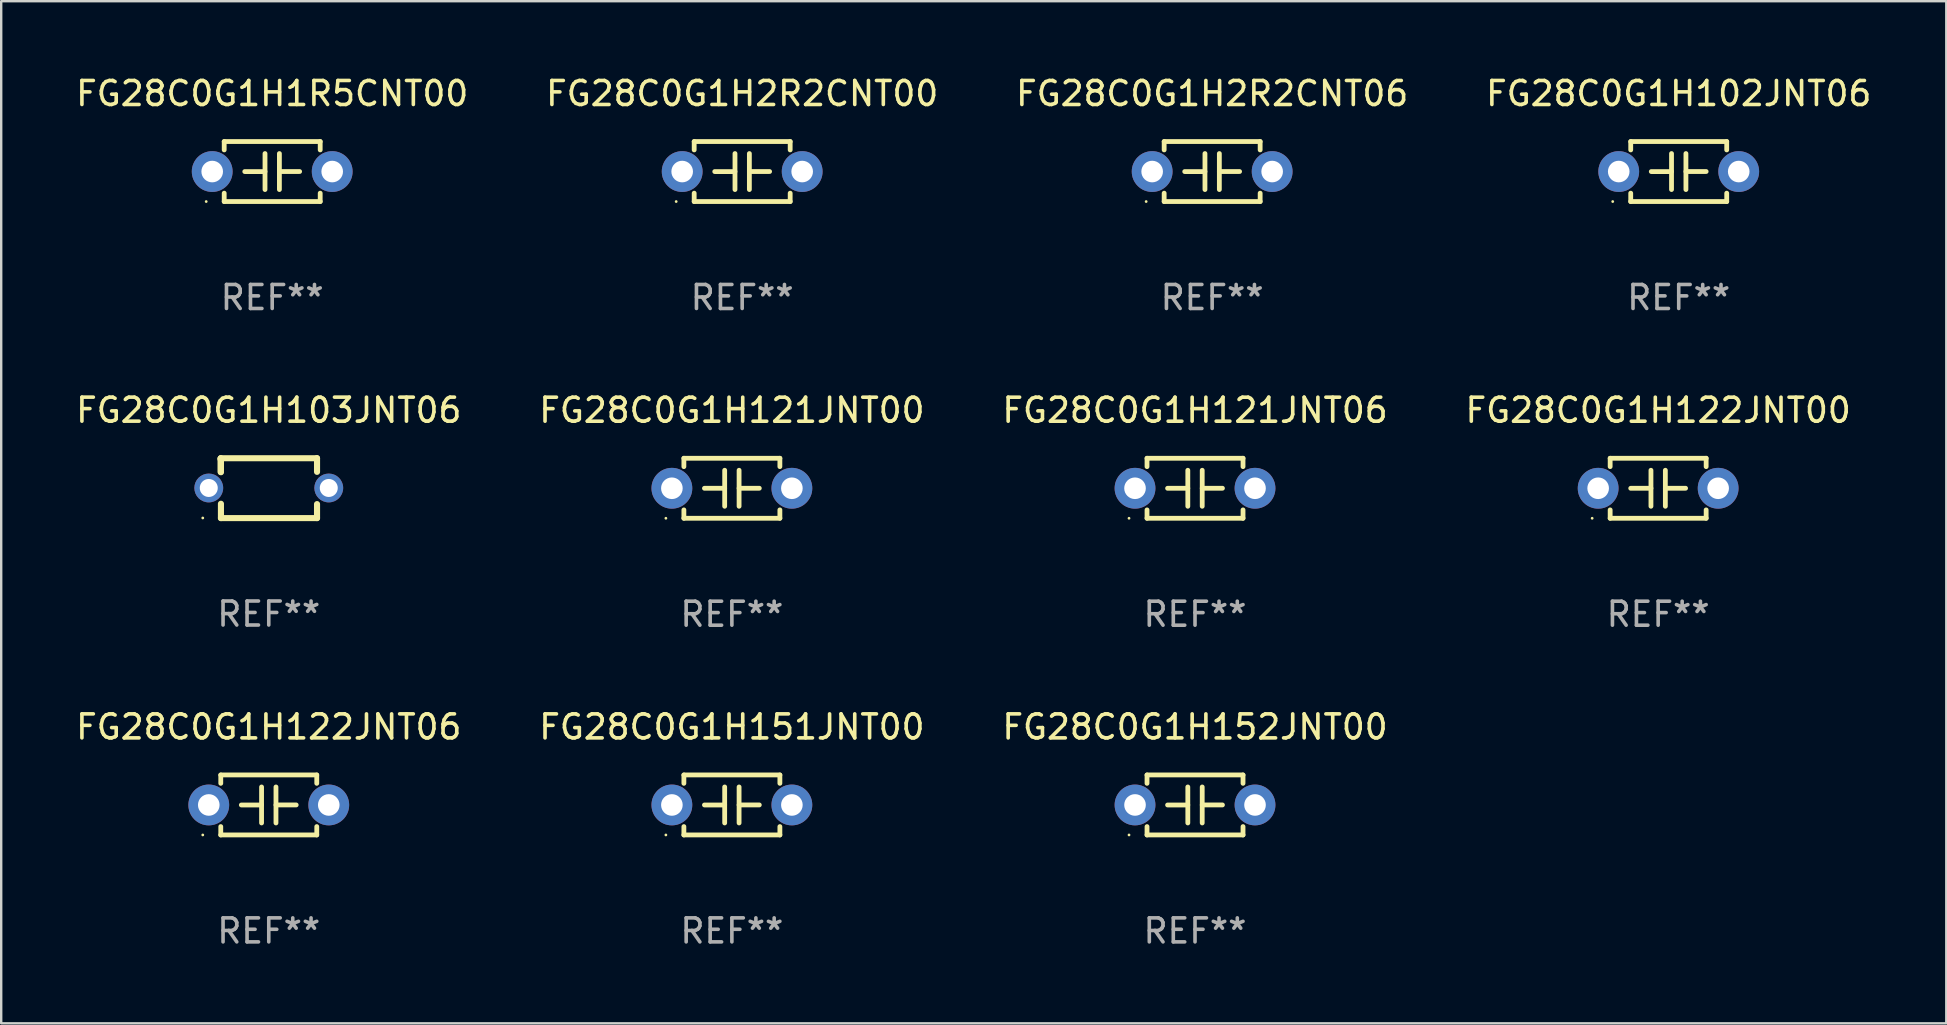
<source format=kicad_pcb>
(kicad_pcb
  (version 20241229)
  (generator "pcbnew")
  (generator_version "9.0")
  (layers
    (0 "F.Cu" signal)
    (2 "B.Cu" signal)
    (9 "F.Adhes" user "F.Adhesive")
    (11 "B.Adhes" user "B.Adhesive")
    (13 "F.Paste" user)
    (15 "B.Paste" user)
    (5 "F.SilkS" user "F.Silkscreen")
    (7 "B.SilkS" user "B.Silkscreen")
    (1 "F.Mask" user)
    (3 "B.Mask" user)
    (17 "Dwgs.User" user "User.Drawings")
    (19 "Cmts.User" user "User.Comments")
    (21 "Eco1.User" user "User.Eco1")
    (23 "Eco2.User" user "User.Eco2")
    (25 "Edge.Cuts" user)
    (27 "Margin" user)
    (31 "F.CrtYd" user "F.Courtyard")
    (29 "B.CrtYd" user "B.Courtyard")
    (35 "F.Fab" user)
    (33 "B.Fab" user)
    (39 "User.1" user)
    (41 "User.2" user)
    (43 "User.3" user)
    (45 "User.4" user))
  (footprint "FG28C0G1H1R5CNT00"
    (layer "F.Cu")
    (at 8.292 4.098)
    (property "Reference" "FG28C0G1H1R5CNT00" (at 0 -3.25 0) (layer "F.SilkS") (effects (font (size 1 1) (thickness 0.15))))
    (attr through_hole)
    (fp_line (start -2 -1.25) (end -2 -0.901) (stroke (width 0.2) (type solid)) (layer "F.SilkS"))
    (fp_line (start -2 -1.25) (end 2 -1.25) (stroke (width 0.2) (type solid)) (layer "F.SilkS"))
    (fp_line (start -2 0.901) (end -2 1.25) (stroke (width 0.2) (type solid)) (layer "F.SilkS"))
    (fp_line (start -0.3 -0.75) (end -0.3 0.75) (stroke (width 0.2) (type solid)) (layer "F.SilkS"))
    (fp_line (start -0.3 0.001) (end -1.143 0.001) (stroke (width 0.2) (type solid)) (layer "F.SilkS"))
    (fp_line (start 0.3 -0.001) (end 1.143 -0.001) (stroke (width 0.2) (type solid)) (layer "F.SilkS"))
    (fp_line (start 0.3 0.75) (end 0.3 -0.75) (stroke (width 0.2) (type solid)) (layer "F.SilkS"))
    (fp_line (start 2 -1.25) (end 2 -0.901) (stroke (width 0.2) (type solid)) (layer "F.SilkS"))
    (fp_line (start 2 0.901) (end 2 1.25) (stroke (width 0.2) (type solid)) (layer "F.SilkS"))
    (fp_line (start 2 1.25) (end -2 1.25) (stroke (width 0.2) (type solid)) (layer "F.SilkS"))
    (fp_circle (center -2.75 1.25) (end -2.72 1.25) (stroke (width 0.06) (type solid)) (fill no) (layer "F.SilkS"))
    (fp_text user "REF**" (at 0 5.25 0) (layer "F.Fab") (effects (font (size 1 1) (thickness 0.15))))
    (pad "1" thru_hole circle (at -2.5 0) (size 1.7 1.7) (drill 0.9) (layers "*.Cu" "*.Mask"))
    (pad "2" thru_hole circle (at 2.5 0) (size 1.7 1.7) (drill 0.9) (layers "*.Cu" "*.Mask")))
  (footprint "FG28C0G1H121JNT00"
    (layer "F.Cu")
    (at 27.446 17.295)
    (property "Reference" "FG28C0G1H121JNT00" (at 0 -3.25 0) (layer "F.SilkS") (effects (font (size 1 1) (thickness 0.15))))
    (attr through_hole)
    (fp_line (start -2 -1.25) (end -2 -0.901) (stroke (width 0.2) (type solid)) (layer "F.SilkS"))
    (fp_line (start -2 -1.25) (end 2 -1.25) (stroke (width 0.2) (type solid)) (layer "F.SilkS"))
    (fp_line (start -2 0.901) (end -2 1.25) (stroke (width 0.2) (type solid)) (layer "F.SilkS"))
    (fp_line (start -0.3 -0.75) (end -0.3 0.75) (stroke (width 0.2) (type solid)) (layer "F.SilkS"))
    (fp_line (start -0.3 0.001) (end -1.143 0.001) (stroke (width 0.2) (type solid)) (layer "F.SilkS"))
    (fp_line (start 0.3 -0.001) (end 1.143 -0.001) (stroke (width 0.2) (type solid)) (layer "F.SilkS"))
    (fp_line (start 0.3 0.75) (end 0.3 -0.75) (stroke (width 0.2) (type solid)) (layer "F.SilkS"))
    (fp_line (start 2 -1.25) (end 2 -0.901) (stroke (width 0.2) (type solid)) (layer "F.SilkS"))
    (fp_line (start 2 0.901) (end 2 1.25) (stroke (width 0.2) (type solid)) (layer "F.SilkS"))
    (fp_line (start 2 1.25) (end -2 1.25) (stroke (width 0.2) (type solid)) (layer "F.SilkS"))
    (fp_circle (center -2.75 1.25) (end -2.72 1.25) (stroke (width 0.06) (type solid)) (fill no) (layer "F.SilkS"))
    (fp_text user "REF**" (at 0 5.25 0) (layer "F.Fab") (effects (font (size 1 1) (thickness 0.15))))
    (pad "1" thru_hole circle (at -2.5 0) (size 1.7 1.7) (drill 0.9) (layers "*.Cu" "*.Mask"))
    (pad "2" thru_hole circle (at 2.5 0) (size 1.7 1.7) (drill 0.9) (layers "*.Cu" "*.Mask")))
  (footprint "FG28C0G1H2R2CNT06"
    (layer "F.Cu")
    (at 47.458 4.098)
    (property "Reference" "FG28C0G1H2R2CNT06" (at 0 -3.25 0) (layer "F.SilkS") (effects (font (size 1 1) (thickness 0.15))))
    (attr through_hole)
    (fp_line (start -2 -1.25) (end -2 -0.901) (stroke (width 0.2) (type solid)) (layer "F.SilkS"))
    (fp_line (start -2 -1.25) (end 2 -1.25) (stroke (width 0.2) (type solid)) (layer "F.SilkS"))
    (fp_line (start -2 0.901) (end -2 1.25) (stroke (width 0.2) (type solid)) (layer "F.SilkS"))
    (fp_line (start -0.3 -0.75) (end -0.3 0.75) (stroke (width 0.2) (type solid)) (layer "F.SilkS"))
    (fp_line (start -0.3 0.001) (end -1.143 0.001) (stroke (width 0.2) (type solid)) (layer "F.SilkS"))
    (fp_line (start 0.3 -0.001) (end 1.143 -0.001) (stroke (width 0.2) (type solid)) (layer "F.SilkS"))
    (fp_line (start 0.3 0.75) (end 0.3 -0.75) (stroke (width 0.2) (type solid)) (layer "F.SilkS"))
    (fp_line (start 2 -1.25) (end 2 -0.901) (stroke (width 0.2) (type solid)) (layer "F.SilkS"))
    (fp_line (start 2 0.901) (end 2 1.25) (stroke (width 0.2) (type solid)) (layer "F.SilkS"))
    (fp_line (start 2 1.25) (end -2 1.25) (stroke (width 0.2) (type solid)) (layer "F.SilkS"))
    (fp_circle (center -2.75 1.25) (end -2.72 1.25) (stroke (width 0.06) (type solid)) (fill no) (layer "F.SilkS"))
    (fp_text user "REF**" (at 0 5.25 0) (layer "F.Fab") (effects (font (size 1 1) (thickness 0.15))))
    (pad "1" thru_hole circle (at -2.5 0) (size 1.7 1.7) (drill 0.9) (layers "*.Cu" "*.Mask"))
    (pad "2" thru_hole circle (at 2.5 0) (size 1.7 1.7) (drill 0.9) (layers "*.Cu" "*.Mask")))
  (footprint "FG28C0G1H152JNT00"
    (layer "F.Cu")
    (at 46.744 30.491)
    (property "Reference" "FG28C0G1H152JNT00" (at 0 -3.25 0) (layer "F.SilkS") (effects (font (size 1 1) (thickness 0.15))))
    (attr through_hole)
    (fp_line (start -2 -1.25) (end -2 -0.901) (stroke (width 0.2) (type solid)) (layer "F.SilkS"))
    (fp_line (start -2 -1.25) (end 2 -1.25) (stroke (width 0.2) (type solid)) (layer "F.SilkS"))
    (fp_line (start -2 0.901) (end -2 1.25) (stroke (width 0.2) (type solid)) (layer "F.SilkS"))
    (fp_line (start -0.3 -0.75) (end -0.3 0.75) (stroke (width 0.2) (type solid)) (layer "F.SilkS"))
    (fp_line (start -0.3 0.001) (end -1.143 0.001) (stroke (width 0.2) (type solid)) (layer "F.SilkS"))
    (fp_line (start 0.3 -0.001) (end 1.143 -0.001) (stroke (width 0.2) (type solid)) (layer "F.SilkS"))
    (fp_line (start 0.3 0.75) (end 0.3 -0.75) (stroke (width 0.2) (type solid)) (layer "F.SilkS"))
    (fp_line (start 2 -1.25) (end 2 -0.901) (stroke (width 0.2) (type solid)) (layer "F.SilkS"))
    (fp_line (start 2 0.901) (end 2 1.25) (stroke (width 0.2) (type solid)) (layer "F.SilkS"))
    (fp_line (start 2 1.25) (end -2 1.25) (stroke (width 0.2) (type solid)) (layer "F.SilkS"))
    (fp_circle (center -2.75 1.25) (end -2.72 1.25) (stroke (width 0.06) (type solid)) (fill no) (layer "F.SilkS"))
    (fp_text user "REF**" (at 0 5.25 0) (layer "F.Fab") (effects (font (size 1 1) (thickness 0.15))))
    (pad "1" thru_hole circle (at -2.5 0) (size 1.7 1.7) (drill 0.9) (layers "*.Cu" "*.Mask"))
    (pad "2" thru_hole circle (at 2.5 0) (size 1.7 1.7) (drill 0.9) (layers "*.Cu" "*.Mask")))
  (footprint "FG28C0G1H122JNT00"
    (layer "F.Cu")
    (at 66.042 17.295)
    (property "Reference" "FG28C0G1H122JNT00" (at 0 -3.25 0) (layer "F.SilkS") (effects (font (size 1 1) (thickness 0.15))))
    (attr through_hole)
    (fp_line (start -2 -1.25) (end -2 -0.901) (stroke (width 0.2) (type solid)) (layer "F.SilkS"))
    (fp_line (start -2 -1.25) (end 2 -1.25) (stroke (width 0.2) (type solid)) (layer "F.SilkS"))
    (fp_line (start -2 0.901) (end -2 1.25) (stroke (width 0.2) (type solid)) (layer "F.SilkS"))
    (fp_line (start -0.3 -0.75) (end -0.3 0.75) (stroke (width 0.2) (type solid)) (layer "F.SilkS"))
    (fp_line (start -0.3 0.001) (end -1.143 0.001) (stroke (width 0.2) (type solid)) (layer "F.SilkS"))
    (fp_line (start 0.3 -0.001) (end 1.143 -0.001) (stroke (width 0.2) (type solid)) (layer "F.SilkS"))
    (fp_line (start 0.3 0.75) (end 0.3 -0.75) (stroke (width 0.2) (type solid)) (layer "F.SilkS"))
    (fp_line (start 2 -1.25) (end 2 -0.901) (stroke (width 0.2) (type solid)) (layer "F.SilkS"))
    (fp_line (start 2 0.901) (end 2 1.25) (stroke (width 0.2) (type solid)) (layer "F.SilkS"))
    (fp_line (start 2 1.25) (end -2 1.25) (stroke (width 0.2) (type solid)) (layer "F.SilkS"))
    (fp_circle (center -2.75 1.25) (end -2.72 1.25) (stroke (width 0.06) (type solid)) (fill no) (layer "F.SilkS"))
    (fp_text user "REF**" (at 0 5.25 0) (layer "F.Fab") (effects (font (size 1 1) (thickness 0.15))))
    (pad "1" thru_hole circle (at -2.5 0) (size 1.7 1.7) (drill 0.9) (layers "*.Cu" "*.Mask"))
    (pad "2" thru_hole circle (at 2.5 0) (size 1.7 1.7) (drill 0.9) (layers "*.Cu" "*.Mask")))
  (footprint "FG28C0G1H122JNT06"
    (layer "F.Cu")
    (at 8.149 30.491)
    (property "Reference" "FG28C0G1H122JNT06" (at 0 -3.25 0) (layer "F.SilkS") (effects (font (size 1 1) (thickness 0.15))))
    (attr through_hole)
    (fp_line (start -2 -1.25) (end -2 -0.901) (stroke (width 0.2) (type solid)) (layer "F.SilkS"))
    (fp_line (start -2 -1.25) (end 2 -1.25) (stroke (width 0.2) (type solid)) (layer "F.SilkS"))
    (fp_line (start -2 0.901) (end -2 1.25) (stroke (width 0.2) (type solid)) (layer "F.SilkS"))
    (fp_line (start -0.3 -0.75) (end -0.3 0.75) (stroke (width 0.2) (type solid)) (layer "F.SilkS"))
    (fp_line (start -0.3 0.001) (end -1.143 0.001) (stroke (width 0.2) (type solid)) (layer "F.SilkS"))
    (fp_line (start 0.3 -0.001) (end 1.143 -0.001) (stroke (width 0.2) (type solid)) (layer "F.SilkS"))
    (fp_line (start 0.3 0.75) (end 0.3 -0.75) (stroke (width 0.2) (type solid)) (layer "F.SilkS"))
    (fp_line (start 2 -1.25) (end 2 -0.901) (stroke (width 0.2) (type solid)) (layer "F.SilkS"))
    (fp_line (start 2 0.901) (end 2 1.25) (stroke (width 0.2) (type solid)) (layer "F.SilkS"))
    (fp_line (start 2 1.25) (end -2 1.25) (stroke (width 0.2) (type solid)) (layer "F.SilkS"))
    (fp_circle (center -2.75 1.25) (end -2.72 1.25) (stroke (width 0.06) (type solid)) (fill no) (layer "F.SilkS"))
    (fp_text user "REF**" (at 0 5.25 0) (layer "F.Fab") (effects (font (size 1 1) (thickness 0.15))))
    (pad "1" thru_hole circle (at -2.5 0) (size 1.7 1.7) (drill 0.9) (layers "*.Cu" "*.Mask"))
    (pad "2" thru_hole circle (at 2.5 0) (size 1.7 1.7) (drill 0.9) (layers "*.Cu" "*.Mask")))
  (footprint "FG28C0G1H102JNT06"
    (layer "F.Cu")
    (at 66.899 4.098)
    (property "Reference" "FG28C0G1H102JNT06" (at 0 -3.25 0) (layer "F.SilkS") (effects (font (size 1 1) (thickness 0.15))))
    (attr through_hole)
    (fp_line (start -2 -1.25) (end -2 -0.901) (stroke (width 0.2) (type solid)) (layer "F.SilkS"))
    (fp_line (start -2 -1.25) (end 2 -1.25) (stroke (width 0.2) (type solid)) (layer "F.SilkS"))
    (fp_line (start -2 0.901) (end -2 1.25) (stroke (width 0.2) (type solid)) (layer "F.SilkS"))
    (fp_line (start -0.3 -0.75) (end -0.3 0.75) (stroke (width 0.2) (type solid)) (layer "F.SilkS"))
    (fp_line (start -0.3 0.001) (end -1.143 0.001) (stroke (width 0.2) (type solid)) (layer "F.SilkS"))
    (fp_line (start 0.3 -0.001) (end 1.143 -0.001) (stroke (width 0.2) (type solid)) (layer "F.SilkS"))
    (fp_line (start 0.3 0.75) (end 0.3 -0.75) (stroke (width 0.2) (type solid)) (layer "F.SilkS"))
    (fp_line (start 2 -1.25) (end 2 -0.901) (stroke (width 0.2) (type solid)) (layer "F.SilkS"))
    (fp_line (start 2 0.901) (end 2 1.25) (stroke (width 0.2) (type solid)) (layer "F.SilkS"))
    (fp_line (start 2 1.25) (end -2 1.25) (stroke (width 0.2) (type solid)) (layer "F.SilkS"))
    (fp_circle (center -2.75 1.25) (end -2.72 1.25) (stroke (width 0.06) (type solid)) (fill no) (layer "F.SilkS"))
    (fp_text user "REF**" (at 0 5.25 0) (layer "F.Fab") (effects (font (size 1 1) (thickness 0.15))))
    (pad "1" thru_hole circle (at -2.5 0) (size 1.7 1.7) (drill 0.9) (layers "*.Cu" "*.Mask"))
    (pad "2" thru_hole circle (at 2.5 0) (size 1.7 1.7) (drill 0.9) (layers "*.Cu" "*.Mask")))
  (footprint "FG28C0G1H2R2CNT00"
    (layer "F.Cu")
    (at 27.875 4.098)
    (property "Reference" "FG28C0G1H2R2CNT00" (at 0 -3.25 0) (layer "F.SilkS") (effects (font (size 1 1) (thickness 0.15))))
    (attr through_hole)
    (fp_line (start -2 -1.25) (end -2 -0.901) (stroke (width 0.2) (type solid)) (layer "F.SilkS"))
    (fp_line (start -2 -1.25) (end 2 -1.25) (stroke (width 0.2) (type solid)) (layer "F.SilkS"))
    (fp_line (start -2 0.901) (end -2 1.25) (stroke (width 0.2) (type solid)) (layer "F.SilkS"))
    (fp_line (start -0.3 -0.75) (end -0.3 0.75) (stroke (width 0.2) (type solid)) (layer "F.SilkS"))
    (fp_line (start -0.3 0.001) (end -1.143 0.001) (stroke (width 0.2) (type solid)) (layer "F.SilkS"))
    (fp_line (start 0.3 -0.001) (end 1.143 -0.001) (stroke (width 0.2) (type solid)) (layer "F.SilkS"))
    (fp_line (start 0.3 0.75) (end 0.3 -0.75) (stroke (width 0.2) (type solid)) (layer "F.SilkS"))
    (fp_line (start 2 -1.25) (end 2 -0.901) (stroke (width 0.2) (type solid)) (layer "F.SilkS"))
    (fp_line (start 2 0.901) (end 2 1.25) (stroke (width 0.2) (type solid)) (layer "F.SilkS"))
    (fp_line (start 2 1.25) (end -2 1.25) (stroke (width 0.2) (type solid)) (layer "F.SilkS"))
    (fp_circle (center -2.75 1.25) (end -2.72 1.25) (stroke (width 0.06) (type solid)) (fill no) (layer "F.SilkS"))
    (fp_text user "REF**" (at 0 5.25 0) (layer "F.Fab") (effects (font (size 1 1) (thickness 0.15))))
    (pad "1" thru_hole circle (at -2.5 0) (size 1.7 1.7) (drill 0.9) (layers "*.Cu" "*.Mask"))
    (pad "2" thru_hole circle (at 2.5 0) (size 1.7 1.7) (drill 0.9) (layers "*.Cu" "*.Mask")))
  (footprint "FG28C0G1H103JNT06"
    (layer "F.Cu")
    (at 8.149 17.291)
    (property "Reference" "FG28C0G1H103JNT06" (at 0 -3.247 0) (layer "F.SilkS") (effects (font (size 1 1) (thickness 0.15))))
    (attr through_hole)
    (fp_line (start -2.006 -1.24) (end -1.999 -1.247) (stroke (width 0.254) (type solid)) (layer "F.SilkS"))
    (fp_line (start -2.006 -0.676) (end -2.006 -1.24) (stroke (width 0.254) (type solid)) (layer "F.SilkS"))
    (fp_line (start -1.999 -1.247) (end 2.005 -1.247) (stroke (width 0.254) (type solid)) (layer "F.SilkS"))
    (fp_line (start -1.993 -1.186) (end -2.006 -1.2) (stroke (width 0.254) (type solid)) (layer "F.SilkS"))
    (fp_line (start -1.993 -0.665) (end -1.993 -1.186) (stroke (width 0.254) (type solid)) (layer "F.SilkS"))
    (fp_line (start -1.993 1.247) (end -1.993 0.65) (stroke (width 0.254) (type solid)) (layer "F.SilkS"))
    (fp_line (start 2.005 -1.247) (end 2.011 -1.24) (stroke (width 0.254) (type solid)) (layer "F.SilkS"))
    (fp_line (start 2.011 -1.24) (end 2.011 -0.68) (stroke (width 0.254) (type solid)) (layer "F.SilkS"))
    (fp_line (start 2.011 0.664) (end 2.011 1.247) (stroke (width 0.254) (type solid)) (layer "F.SilkS"))
    (fp_line (start 2.011 1.247) (end -1.993 1.247) (stroke (width 0.254) (type solid)) (layer "F.SilkS"))
    (fp_circle (center -2.75 1.242) (end -2.72 1.242) (stroke (width 0.06) (type solid)) (fill no) (layer "F.SilkS"))
    (fp_text user "REF**" (at 0 5.247 0) (layer "F.Fab") (effects (font (size 1 1) (thickness 0.15))))
    (pad "1" thru_hole circle (at -2.5 -0.008) (size 1.2 1.2) (drill 0.75) (layers "*.Cu" "*.Mask"))
    (pad "2" thru_hole circle (at 2.5 -0.008) (size 1.2 1.2) (drill 0.75) (layers "*.Cu" "*.Mask")))
  (footprint "FG28C0G1H151JNT00"
    (layer "F.Cu")
    (at 27.446 30.491)
    (property "Reference" "FG28C0G1H151JNT00" (at 0 -3.25 0) (layer "F.SilkS") (effects (font (size 1 1) (thickness 0.15))))
    (attr through_hole)
    (fp_line (start -2 -1.25) (end -2 -0.901) (stroke (width 0.2) (type solid)) (layer "F.SilkS"))
    (fp_line (start -2 -1.25) (end 2 -1.25) (stroke (width 0.2) (type solid)) (layer "F.SilkS"))
    (fp_line (start -2 0.901) (end -2 1.25) (stroke (width 0.2) (type solid)) (layer "F.SilkS"))
    (fp_line (start -0.3 -0.75) (end -0.3 0.75) (stroke (width 0.2) (type solid)) (layer "F.SilkS"))
    (fp_line (start -0.3 0.001) (end -1.143 0.001) (stroke (width 0.2) (type solid)) (layer "F.SilkS"))
    (fp_line (start 0.3 -0.001) (end 1.143 -0.001) (stroke (width 0.2) (type solid)) (layer "F.SilkS"))
    (fp_line (start 0.3 0.75) (end 0.3 -0.75) (stroke (width 0.2) (type solid)) (layer "F.SilkS"))
    (fp_line (start 2 -1.25) (end 2 -0.901) (stroke (width 0.2) (type solid)) (layer "F.SilkS"))
    (fp_line (start 2 0.901) (end 2 1.25) (stroke (width 0.2) (type solid)) (layer "F.SilkS"))
    (fp_line (start 2 1.25) (end -2 1.25) (stroke (width 0.2) (type solid)) (layer "F.SilkS"))
    (fp_circle (center -2.75 1.25) (end -2.72 1.25) (stroke (width 0.06) (type solid)) (fill no) (layer "F.SilkS"))
    (fp_text user "REF**" (at 0 5.25 0) (layer "F.Fab") (effects (font (size 1 1) (thickness 0.15))))
    (pad "1" thru_hole circle (at -2.5 0) (size 1.7 1.7) (drill 0.9) (layers "*.Cu" "*.Mask"))
    (pad "2" thru_hole circle (at 2.5 0) (size 1.7 1.7) (drill 0.9) (layers "*.Cu" "*.Mask")))
  (footprint "FG28C0G1H121JNT06"
    (layer "F.Cu")
    (at 46.744 17.295)
    (property "Reference" "FG28C0G1H121JNT06" (at 0 -3.25 0) (layer "F.SilkS") (effects (font (size 1 1) (thickness 0.15))))
    (attr through_hole)
    (fp_line (start -2 -1.25) (end -2 -0.901) (stroke (width 0.2) (type solid)) (layer "F.SilkS"))
    (fp_line (start -2 -1.25) (end 2 -1.25) (stroke (width 0.2) (type solid)) (layer "F.SilkS"))
    (fp_line (start -2 0.901) (end -2 1.25) (stroke (width 0.2) (type solid)) (layer "F.SilkS"))
    (fp_line (start -0.3 -0.75) (end -0.3 0.75) (stroke (width 0.2) (type solid)) (layer "F.SilkS"))
    (fp_line (start -0.3 0.001) (end -1.143 0.001) (stroke (width 0.2) (type solid)) (layer "F.SilkS"))
    (fp_line (start 0.3 -0.001) (end 1.143 -0.001) (stroke (width 0.2) (type solid)) (layer "F.SilkS"))
    (fp_line (start 0.3 0.75) (end 0.3 -0.75) (stroke (width 0.2) (type solid)) (layer "F.SilkS"))
    (fp_line (start 2 -1.25) (end 2 -0.901) (stroke (width 0.2) (type solid)) (layer "F.SilkS"))
    (fp_line (start 2 0.901) (end 2 1.25) (stroke (width 0.2) (type solid)) (layer "F.SilkS"))
    (fp_line (start 2 1.25) (end -2 1.25) (stroke (width 0.2) (type solid)) (layer "F.SilkS"))
    (fp_circle (center -2.75 1.25) (end -2.72 1.25) (stroke (width 0.06) (type solid)) (fill no) (layer "F.SilkS"))
    (fp_text user "REF**" (at 0 5.25 0) (layer "F.Fab") (effects (font (size 1 1) (thickness 0.15))))
    (pad "1" thru_hole circle (at -2.5 0) (size 1.7 1.7) (drill 0.9) (layers "*.Cu" "*.Mask"))
    (pad "2" thru_hole circle (at 2.5 0) (size 1.7 1.7) (drill 0.9) (layers "*.Cu" "*.Mask")))
  (gr_rect
    (start -3 -3)
    (end 78.048 39.59)
    (stroke (width 0.1) (type default))
    (fill no)
    (layer "Edge.Cuts")))
</source>
